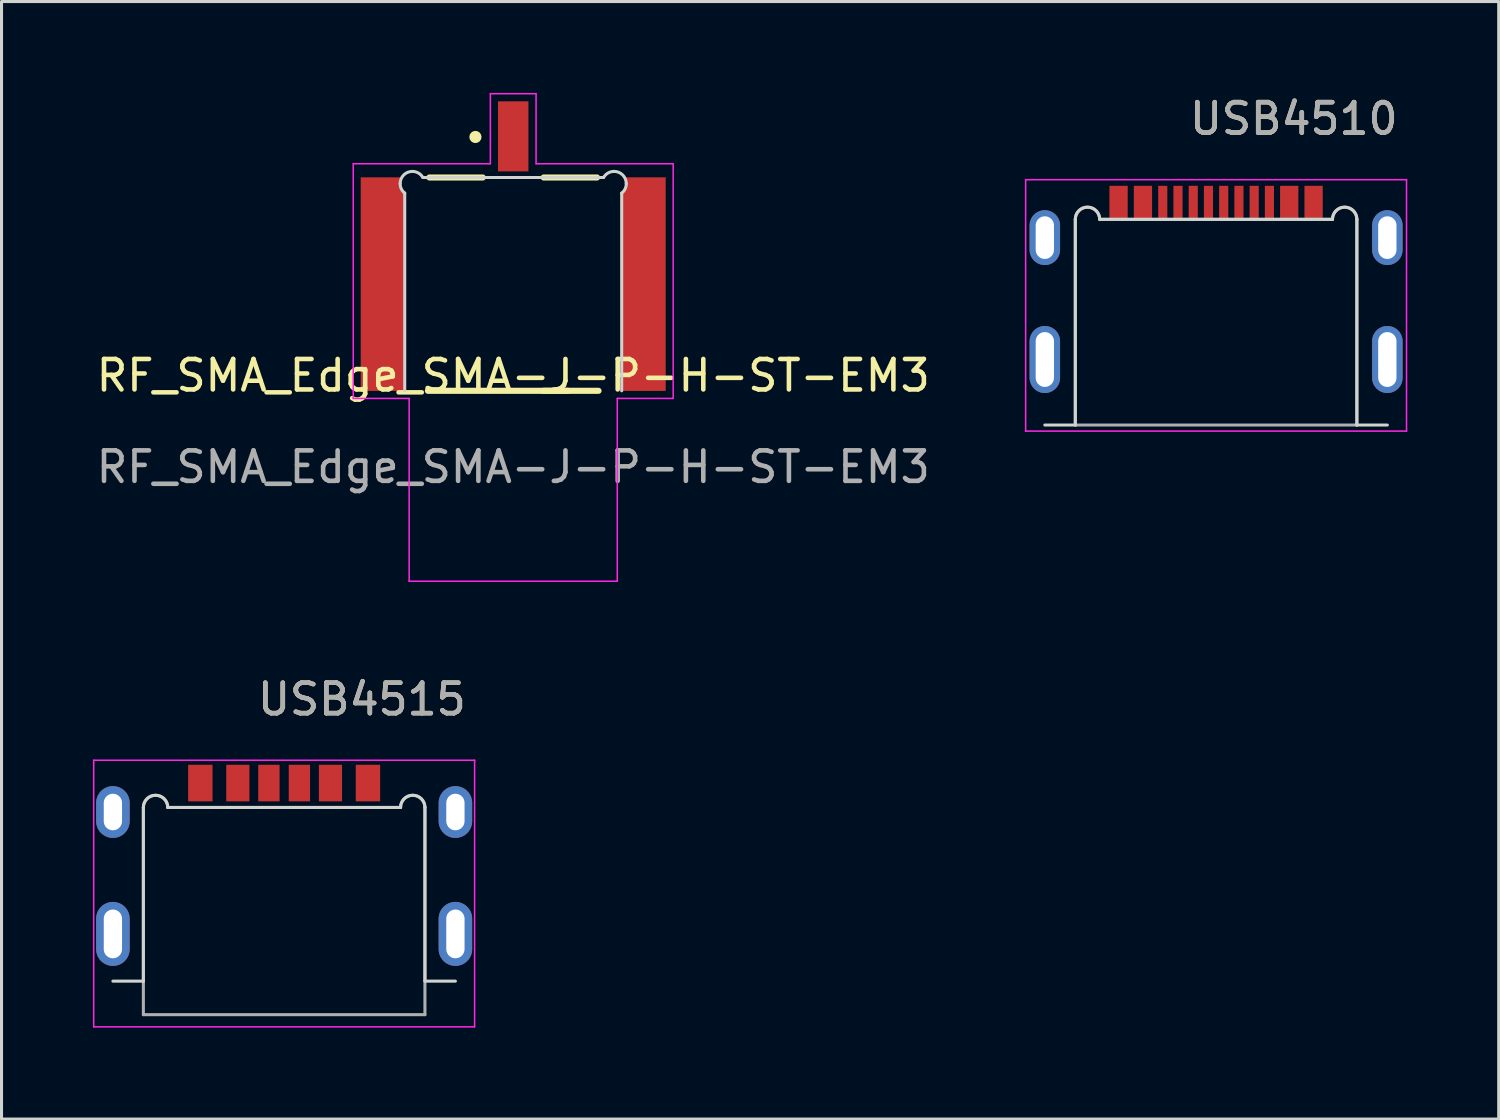
<source format=kicad_pcb>
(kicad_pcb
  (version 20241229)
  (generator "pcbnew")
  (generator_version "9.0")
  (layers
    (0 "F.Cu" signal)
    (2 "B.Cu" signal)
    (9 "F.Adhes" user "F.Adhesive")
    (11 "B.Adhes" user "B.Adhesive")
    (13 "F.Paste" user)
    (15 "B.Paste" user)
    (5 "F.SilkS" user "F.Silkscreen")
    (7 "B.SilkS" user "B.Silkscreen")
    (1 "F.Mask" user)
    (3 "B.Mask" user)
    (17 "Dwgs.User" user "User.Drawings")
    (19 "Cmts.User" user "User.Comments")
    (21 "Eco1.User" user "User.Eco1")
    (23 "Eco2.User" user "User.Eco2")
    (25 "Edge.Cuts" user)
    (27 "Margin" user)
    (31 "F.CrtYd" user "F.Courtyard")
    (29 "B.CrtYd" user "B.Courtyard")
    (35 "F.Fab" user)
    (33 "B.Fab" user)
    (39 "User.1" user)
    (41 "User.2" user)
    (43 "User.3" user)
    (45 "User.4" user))
  (footprint "USB4515"
    (layer "F.Cu")
    (at 6.275 22.648)
    (property "Reference" "USB4515" (at 2.55 -2.75 0) (unlocked yes) (layer "F.SilkS") (effects (font (size 1 1) (thickness 0.15))))
    (attr smd)
    (fp_line (start -5.62 6.5) (end -4.62 6.5) (stroke (width 0.1) (type solid)) (layer "Edge.Cuts"))
    (fp_line (start -4.62 0.8) (end -4.62 6.5) (stroke (width 0.1) (type solid)) (layer "Edge.Cuts"))
    (fp_line (start -3.82 0.8) (end 3.82 0.8) (stroke (width 0.1) (type solid)) (layer "Edge.Cuts"))
    (fp_line (start 4.62 0.8) (end 4.62 6.5) (stroke (width 0.1) (type solid)) (layer "Edge.Cuts"))
    (fp_line (start 4.62 6.5) (end 5.62 6.5) (stroke (width 0.1) (type solid)) (layer "Edge.Cuts"))
    (fp_arc (start -4.62 0.8) (mid -4.22 0.4) (end -3.82 0.8) (stroke (width 0.1) (type solid)) (layer "Edge.Cuts"))
    (fp_arc (start 3.82 0.8) (mid 4.22 0.4) (end 4.62 0.8) (stroke (width 0.1) (type solid)) (layer "Edge.Cuts"))
    (fp_line (start -6.25 -0.75) (end -6.25 8) (stroke (width 0.05) (type solid)) (layer "F.CrtYd"))
    (fp_line (start -6.25 -0.75) (end 6.25 -0.75) (stroke (width 0.05) (type solid)) (layer "F.CrtYd"))
    (fp_line (start 6.25 -0.75) (end 6.25 8) (stroke (width 0.05) (type solid)) (layer "F.CrtYd"))
    (fp_line (start 6.25 8) (end -6.25 8) (stroke (width 0.05) (type solid)) (layer "F.CrtYd"))
    (fp_line (start -4.62 0.8) (end -4.62 7.6) (stroke (width 0.1) (type solid)) (layer "F.Fab"))
    (fp_line (start -3.82 0.8) (end 3.82 0.8) (stroke (width 0.1) (type solid)) (layer "F.Fab"))
    (fp_line (start 4.62 0.8) (end 4.62 7.6) (stroke (width 0.1) (type solid)) (layer "F.Fab"))
    (fp_line (start 4.62 7.6) (end -4.62 7.6) (stroke (width 0.1) (type solid)) (layer "F.Fab"))
    (fp_arc (start -4.62 0.8) (mid -4.22 0.4) (end -3.82 0.8) (stroke (width 0.1) (type solid)) (layer "F.Fab"))
    (fp_arc (start 3.82 0.8) (mid 4.22 0.4) (end 4.62 0.8) (stroke (width 0.1) (type solid)) (layer "F.Fab"))
    (fp_text user "${REFERENCE}" (at 2.55 -2.75 0) (unlocked yes) (layer "F.Fab") (effects (font (size 1 1) (thickness 0.15))))
    (pad "0" thru_hole oval (at -5.62 0.95) (size 1.1 1.7) (drill oval 0.6 1.2) (layers "*.Cu" "*.Mask"))
    (pad "0" thru_hole oval (at -5.62 4.95) (size 1.1 2.1) (drill oval 0.6 1.6) (layers "*.Cu" "*.Mask"))
    (pad "0" thru_hole oval (at 5.62 0.95) (size 1.1 1.7) (drill oval 0.6 1.2) (layers "*.Cu" "*.Mask"))
    (pad "0" thru_hole oval (at 5.62 4.95) (size 1.1 2.1) (drill oval 0.6 1.6) (layers "*.Cu" "*.Mask"))
    (pad "A5" smd rect (at -0.5 0) (size 0.7 1.2) (layers "F.Cu" "F.Mask" "F.Paste"))
    (pad "A9" smd rect (at 1.52 0) (size 0.76 1.2) (layers "F.Cu" "F.Mask" "F.Paste"))
    (pad "A12" smd rect (at 2.75 0) (size 0.8 1.2) (layers "F.Cu" "F.Mask" "F.Paste"))
    (pad "B5" smd rect (at 0.5 0) (size 0.7 1.2) (layers "F.Cu" "F.Mask" "F.Paste"))
    (pad "B9" smd rect (at -1.52 0) (size 0.76 1.2) (layers "F.Cu" "F.Mask" "F.Paste"))
    (pad "B12" smd rect (at -2.75 0) (size 0.8 1.2) (layers "F.Cu" "F.Mask" "F.Paste")))
  (footprint "RF_SMA_Edge_SMA-J-P-H-ST-EM3"
    (layer "F.Cu")
    (at 13.792 9.775)
    (property "Reference" "RF_SMA_Edge_SMA-J-P-H-ST-EM3" (at 0 -0.5 0) (unlocked yes) (layer "F.SilkS") (effects (font (size 1 1) (thickness 0.15))))
    (attr smd)
    (fp_poly (pts (xy -5.1 0) (xy -5.1 -7.1) (xy -3.555 -7.1) (xy -3.563 -7.091) (xy -3.572 -7.082) (xy -3.58 -7.072) (xy -3.589 -7.062) (xy -3.597 -7.051) (xy -3.604 -7.041) (xy -3.612 -7.03) (xy -3.619 -7.02) (xy -3.626 -7.009) (xy -3.633 -6.997) (xy -3.64 -6.986) (xy -3.646 -6.975) (xy -3.652 -6.963) (xy -3.657 -6.952) (xy -3.663 -6.94) (xy -3.668 -6.928) (xy -3.673 -6.916) (xy -3.678 -6.903) (xy -3.682 -6.891) (xy -3.686 -6.879) (xy -3.69 -6.866) (xy -3.693 -6.854) (xy -3.696 -6.841) (xy -3.699 -6.828) (xy -3.702 -6.816) (xy -3.704 -6.803) (xy -3.706 -6.79) (xy -3.708 -6.777) (xy -3.709 -6.764) (xy -3.71 -6.75) (xy -3.708 -6.737) (xy -3.706 -6.727) (xy -3.704 -6.717) (xy -3.701 -6.707) (xy -3.699 -6.697) (xy -3.696 -6.688) (xy -3.693 -6.678) (xy -3.689 -6.668) (xy -3.686 -6.658) (xy -3.682 -6.649) (xy -3.678 -6.639) (xy -3.674 -6.63) (xy -3.669 -6.621) (xy -3.665 -6.612) (xy -3.66 -6.603) (xy -3.655 -6.594) (xy -3.649 -6.585) (xy -3.644 -6.576) (xy -3.638 -6.568) (xy -3.632 -6.559) (xy -3.626 -6.551) (xy -3.62 -6.543) (xy -3.613 -6.535) (xy -3.607 -6.527) (xy -3.6 -6.519) (xy -3.593 -6.512) (xy -3.586 -6.504) (xy -3.578 -6.497) (xy -3.571 -6.49) (xy -3.565 -6.485) (xy -3.56 -6.485) (xy -3.56 0) (xy -5.1 0)) (stroke (width 0.01) (type solid)) (fill yes) (layer "F.Mask"))
    (fp_poly (pts (xy 5.1 0) (xy 5.1 -7.1) (xy 3.555 -7.1) (xy 3.563 -7.091) (xy 3.572 -7.082) (xy 3.58 -7.072) (xy 3.589 -7.062) (xy 3.597 -7.051) (xy 3.604 -7.041) (xy 3.612 -7.03) (xy 3.619 -7.02) (xy 3.626 -7.009) (xy 3.633 -6.997) (xy 3.64 -6.986) (xy 3.646 -6.975) (xy 3.652 -6.963) (xy 3.657 -6.952) (xy 3.663 -6.94) (xy 3.668 -6.928) (xy 3.673 -6.916) (xy 3.678 -6.903) (xy 3.682 -6.891) (xy 3.686 -6.879) (xy 3.69 -6.866) (xy 3.693 -6.854) (xy 3.696 -6.841) (xy 3.699 -6.828) (xy 3.702 -6.816) (xy 3.704 -6.803) (xy 3.706 -6.79) (xy 3.708 -6.777) (xy 3.709 -6.764) (xy 3.71 -6.75) (xy 3.708 -6.737) (xy 3.706 -6.727) (xy 3.704 -6.717) (xy 3.701 -6.707) (xy 3.699 -6.697) (xy 3.696 -6.688) (xy 3.693 -6.678) (xy 3.689 -6.668) (xy 3.686 -6.658) (xy 3.682 -6.649) (xy 3.678 -6.639) (xy 3.674 -6.63) (xy 3.669 -6.621) (xy 3.665 -6.612) (xy 3.66 -6.603) (xy 3.655 -6.594) (xy 3.649 -6.585) (xy 3.644 -6.576) (xy 3.638 -6.568) (xy 3.632 -6.559) (xy 3.626 -6.551) (xy 3.62 -6.543) (xy 3.613 -6.535) (xy 3.607 -6.527) (xy 3.6 -6.519) (xy 3.593 -6.512) (xy 3.586 -6.504) (xy 3.578 -6.497) (xy 3.571 -6.49) (xy 3.565 -6.485) (xy 3.56 -6.485) (xy 3.56 0) (xy 5.1 0)) (stroke (width 0.01) (type solid)) (fill yes) (layer "F.Mask"))
    (fp_line (start -2.8 0) (end 2.8 0) (stroke (width 0.2) (type solid)) (layer "F.SilkS"))
    (fp_line (start -2.75 -7) (end -1 -7) (stroke (width 0.2) (type solid)) (layer "F.SilkS"))
    (fp_line (start 1 -7) (end 2.75 -7) (stroke (width 0.2) (type solid)) (layer "F.SilkS"))
    (fp_line (start 1 0) (end 1.8 0) (stroke (width 0.2) (type solid)) (layer "F.SilkS"))
    (fp_circle (center -1.24 -8.33) (end -1.14 -8.33) (stroke (width 0.2) (type solid)) (fill no) (layer "F.SilkS"))
    (fp_poly (pts (xy -5 0) (xy -5 -7) (xy -3.655 -7) (xy -3.661 -6.99) (xy -3.665 -6.983) (xy -3.669 -6.975) (xy -3.673 -6.967) (xy -3.677 -6.96) (xy -3.681 -6.952) (xy -3.684 -6.944) (xy -3.688 -6.936) (xy -3.691 -6.927) (xy -3.694 -6.919) (xy -3.696 -6.911) (xy -3.699 -6.903) (xy -3.701 -6.894) (xy -3.703 -6.886) (xy -3.705 -6.877) (xy -3.707 -6.869) (xy -3.708 -6.86) (xy -3.71 -6.852) (xy -3.711 -6.843) (xy -3.712 -6.834) (xy -3.712 -6.826) (xy -3.713 -6.817) (xy -3.713 -6.808) (xy -3.713 -6.799) (xy -3.713 -6.791) (xy -3.713 -6.782) (xy -3.712 -6.773) (xy -3.712 -6.765) (xy -3.711 -6.756) (xy -3.71 -6.75) (xy -3.708 -6.737) (xy -3.706 -6.727) (xy -3.704 -6.717) (xy -3.701 -6.707) (xy -3.699 -6.697) (xy -3.696 -6.688) (xy -3.693 -6.678) (xy -3.689 -6.668) (xy -3.686 -6.658) (xy -3.682 -6.649) (xy -3.678 -6.639) (xy -3.674 -6.63) (xy -3.669 -6.621) (xy -3.665 -6.612) (xy -3.66 -6.603) (xy -3.655 -6.594) (xy -3.649 -6.585) (xy -3.644 -6.576) (xy -3.638 -6.568) (xy -3.632 -6.559) (xy -3.626 -6.551) (xy -3.62 -6.543) (xy -3.613 -6.535) (xy -3.607 -6.527) (xy -3.6 -6.519) (xy -3.593 -6.512) (xy -3.586 -6.504) (xy -3.578 -6.497) (xy -3.571 -6.49) (xy -3.565 -6.485) (xy -3.56 -6.485) (xy -3.56 0) (xy -5 0)) (stroke (width 0.01) (type solid)) (fill yes) (layer "F.Paste"))
    (fp_poly (pts (xy 5 0) (xy 5 -7) (xy 3.655 -7) (xy 3.661 -6.99) (xy 3.665 -6.983) (xy 3.669 -6.975) (xy 3.673 -6.967) (xy 3.677 -6.96) (xy 3.681 -6.952) (xy 3.684 -6.944) (xy 3.688 -6.936) (xy 3.691 -6.927) (xy 3.694 -6.919) (xy 3.696 -6.911) (xy 3.699 -6.903) (xy 3.701 -6.894) (xy 3.703 -6.886) (xy 3.705 -6.877) (xy 3.707 -6.869) (xy 3.708 -6.86) (xy 3.71 -6.852) (xy 3.711 -6.843) (xy 3.712 -6.834) (xy 3.712 -6.826) (xy 3.713 -6.817) (xy 3.713 -6.808) (xy 3.713 -6.799) (xy 3.713 -6.791) (xy 3.713 -6.782) (xy 3.712 -6.773) (xy 3.712 -6.765) (xy 3.711 -6.756) (xy 3.71 -6.75) (xy 3.708 -6.737) (xy 3.706 -6.727) (xy 3.704 -6.717) (xy 3.701 -6.707) (xy 3.699 -6.697) (xy 3.696 -6.688) (xy 3.693 -6.678) (xy 3.689 -6.668) (xy 3.686 -6.658) (xy 3.682 -6.649) (xy 3.678 -6.639) (xy 3.674 -6.63) (xy 3.669 -6.621) (xy 3.665 -6.612) (xy 3.66 -6.603) (xy 3.655 -6.594) (xy 3.649 -6.585) (xy 3.644 -6.576) (xy 3.638 -6.568) (xy 3.632 -6.559) (xy 3.626 -6.551) (xy 3.62 -6.543) (xy 3.613 -6.535) (xy 3.607 -6.527) (xy 3.6 -6.519) (xy 3.593 -6.512) (xy 3.586 -6.504) (xy 3.578 -6.497) (xy 3.571 -6.49) (xy 3.565 -6.485) (xy 3.56 -6.485) (xy 3.56 0) (xy 5 0)) (stroke (width 0.01) (type solid)) (fill yes) (layer "F.Paste"))
    (fp_line (start -3.56 0) (end -3.56 -6.488) (stroke (width 0.1) (type solid)) (layer "Edge.Cuts"))
    (fp_line (start -2.965 -7) (end 2.965 -7) (stroke (width 0.1) (type solid)) (layer "Edge.Cuts"))
    (fp_line (start 3.56 -6.488) (end 3.56 0) (stroke (width 0.1) (type solid)) (layer "Edge.Cuts"))
    (fp_arc (start -3.71 -6.8) (mid -3.592843 -7.082842) (end -3.31 -7.2) (stroke (width 0.1) (type solid)) (layer "Edge.Cuts"))
    (fp_arc (start -3.56 -6.488) (mid -3.671733 -6.62634) (end -3.71 -6.8) (stroke (width 0.1) (type solid)) (layer "Edge.Cuts"))
    (fp_arc (start -3.31 -7.2) (mid -3.110706 -7.146221) (end -2.965 -7) (stroke (width 0.1) (type solid)) (layer "Edge.Cuts"))
    (fp_arc (start 2.965 -7) (mid 3.110705 -7.146221) (end 3.31 -7.2) (stroke (width 0.1) (type solid)) (layer "Edge.Cuts"))
    (fp_arc (start 3.31 -7.2) (mid 3.592842 -7.082843) (end 3.71 -6.8) (stroke (width 0.1) (type solid)) (layer "Edge.Cuts"))
    (fp_arc (start 3.71 -6.8) (mid 3.671733 -6.62634) (end 3.56 -6.488) (stroke (width 0.1) (type solid)) (layer "Edge.Cuts"))
    (fp_line (start -5.25 -7.45) (end -0.75 -7.45) (stroke (width 0.05) (type solid)) (layer "F.CrtYd"))
    (fp_line (start -5.25 0.25) (end -5.25 -7.45) (stroke (width 0.05) (type solid)) (layer "F.CrtYd"))
    (fp_line (start -3.415 0.25) (end -5.25 0.25) (stroke (width 0.05) (type solid)) (layer "F.CrtYd"))
    (fp_line (start -3.415 6.25) (end -3.415 0.25) (stroke (width 0.05) (type solid)) (layer "F.CrtYd"))
    (fp_line (start -0.75 -9.75) (end 0.75 -9.75) (stroke (width 0.05) (type solid)) (layer "F.CrtYd"))
    (fp_line (start -0.75 -7.45) (end -0.75 -9.75) (stroke (width 0.05) (type solid)) (layer "F.CrtYd"))
    (fp_line (start 0.75 -9.75) (end 0.75 -7.45) (stroke (width 0.05) (type solid)) (layer "F.CrtYd"))
    (fp_line (start 0.75 -7.45) (end 5.25 -7.45) (stroke (width 0.05) (type solid)) (layer "F.CrtYd"))
    (fp_line (start 3.415 0.25) (end 3.415 6.25) (stroke (width 0.05) (type solid)) (layer "F.CrtYd"))
    (fp_line (start 3.415 6.25) (end -3.415 6.25) (stroke (width 0.05) (type solid)) (layer "F.CrtYd"))
    (fp_line (start 5.25 -7.45) (end 5.25 0.25) (stroke (width 0.05) (type solid)) (layer "F.CrtYd"))
    (fp_line (start 5.25 0.25) (end 3.415 0.25) (stroke (width 0.05) (type solid)) (layer "F.CrtYd"))
    (fp_text user "${REFERENCE}" (at 0 2.5 0) (unlocked yes) (layer "F.Fab") (effects (font (size 1 1) (thickness 0.15))))
    (pad "1" smd rect (at 0 -8.35) (size 1 2.3) (layers "F.Cu" "F.Mask" "F.Paste"))
    (pad "2" smd custom (at -4.34 -3.15) (size 1 1) (layers "F.Cu" "F.Mask" "F.Paste") (options (anchor rect)) (primitives (gr_poly (pts (xy -0.66 3.15) (xy -0.66 -3.85) (xy 0.685 -3.85) (xy 0.679 -3.84) (xy 0.675 -3.833) (xy 0.671 -3.825) (xy 0.667 -3.817) (xy 0.663 -3.81) (xy 0.659 -3.802) (xy 0.656 -3.794) (xy 0.652 -3.786) (xy 0.649 -3.777) (xy 0.646 -3.769) (xy 0.644 -3.761) (xy 0.641 -3.753) (xy 0.639 -3.744) (xy 0.637 -3.736) (xy 0.635 -3.727) (xy 0.633 -3.719) (xy 0.632 -3.71) (xy 0.63 -3.702) (xy 0.629 -3.693) (xy 0.628 -3.684) (xy 0.628 -3.676) (xy 0.627 -3.667) (xy 0.627 -3.658) (xy 0.627 -3.649) (xy 0.627 -3.641) (xy 0.627 -3.632) (xy 0.628 -3.623) (xy 0.628 -3.615) (xy 0.629 -3.606) (xy 0.63 -3.6) (xy 0.632 -3.587) (xy 0.634 -3.577) (xy 0.636 -3.567) (xy 0.639 -3.557) (xy 0.641 -3.547) (xy 0.644 -3.538) (xy 0.647 -3.528) (xy 0.651 -3.518) (xy 0.654 -3.508) (xy 0.658 -3.499) (xy 0.662 -3.489) (xy 0.666 -3.48) (xy 0.671 -3.471) (xy 0.675 -3.462) (xy 0.68 -3.453) (xy 0.685 -3.444) (xy 0.691 -3.435) (xy 0.696 -3.426) (xy 0.702 -3.418) (xy 0.708 -3.409) (xy 0.714 -3.401) (xy 0.72 -3.393) (xy 0.727 -3.385) (xy 0.733 -3.377) (xy 0.74 -3.369) (xy 0.747 -3.362) (xy 0.754 -3.354) (xy 0.762 -3.347) (xy 0.769 -3.34) (xy 0.775 -3.335) (xy 0.78 -3.335) (xy 0.78 3.15) (xy -0.66 3.15)) (width 0.01) (fill yes))))
    (pad "3" smd custom (at 4.34 -3.15) (size 1 1) (layers "F.Cu" "F.Mask" "F.Paste") (options (anchor rect)) (primitives (gr_poly (pts (xy 0.66 3.15) (xy 0.66 -3.85) (xy -0.685 -3.85) (xy -0.679 -3.84) (xy -0.675 -3.833) (xy -0.671 -3.825) (xy -0.667 -3.817) (xy -0.663 -3.81) (xy -0.659 -3.802) (xy -0.656 -3.794) (xy -0.652 -3.786) (xy -0.649 -3.777) (xy -0.646 -3.769) (xy -0.644 -3.761) (xy -0.641 -3.753) (xy -0.639 -3.744) (xy -0.637 -3.736) (xy -0.635 -3.727) (xy -0.633 -3.719) (xy -0.632 -3.71) (xy -0.63 -3.702) (xy -0.629 -3.693) (xy -0.628 -3.684) (xy -0.628 -3.676) (xy -0.627 -3.667) (xy -0.627 -3.658) (xy -0.627 -3.649) (xy -0.627 -3.641) (xy -0.627 -3.632) (xy -0.628 -3.623) (xy -0.628 -3.615) (xy -0.629 -3.606) (xy -0.63 -3.6) (xy -0.632 -3.587) (xy -0.634 -3.577) (xy -0.636 -3.567) (xy -0.639 -3.557) (xy -0.641 -3.547) (xy -0.644 -3.538) (xy -0.647 -3.528) (xy -0.651 -3.518) (xy -0.654 -3.508) (xy -0.658 -3.499) (xy -0.662 -3.489) (xy -0.666 -3.48) (xy -0.671 -3.471) (xy -0.675 -3.462) (xy -0.68 -3.453) (xy -0.685 -3.444) (xy -0.691 -3.435) (xy -0.696 -3.426) (xy -0.702 -3.418) (xy -0.708 -3.409) (xy -0.714 -3.401) (xy -0.72 -3.393) (xy -0.727 -3.385) (xy -0.733 -3.377) (xy -0.74 -3.369) (xy -0.747 -3.362) (xy -0.754 -3.354) (xy -0.762 -3.347) (xy -0.769 -3.34) (xy -0.775 -3.335) (xy -0.78 -3.335) (xy -0.78 3.15) (xy 0.66 3.15)) (width 0.01) (fill yes)))))
  (footprint "USB4510"
    (layer "F.Cu")
    (at 36.858 3.598)
    (property "Reference" "USB4510" (at 2.55 -2.75 0) (unlocked yes) (layer "F.SilkS") (effects (font (size 1 1) (thickness 0.15))))
    (attr smd)
    (fp_line (start -5.62 7.3) (end -4.62 7.3) (stroke (width 0.1) (type solid)) (layer "Edge.Cuts"))
    (fp_line (start -4.62 0.55) (end -4.62 7.3) (stroke (width 0.1) (type solid)) (layer "Edge.Cuts"))
    (fp_line (start -3.82 0.55) (end 3.82 0.55) (stroke (width 0.1) (type solid)) (layer "Edge.Cuts"))
    (fp_line (start 4.62 0.55) (end 4.62 7.3) (stroke (width 0.1) (type solid)) (layer "Edge.Cuts"))
    (fp_line (start 4.62 7.3) (end 5.62 7.3) (stroke (width 0.1) (type solid)) (layer "Edge.Cuts"))
    (fp_arc (start -4.62 0.55) (mid -4.22 0.15) (end -3.82 0.55) (stroke (width 0.1) (type solid)) (layer "Edge.Cuts"))
    (fp_arc (start 3.82 0.55) (mid 4.22 0.15) (end 4.62 0.55) (stroke (width 0.1) (type solid)) (layer "Edge.Cuts"))
    (fp_line (start -6.25 -0.75) (end -6.25 7.5) (stroke (width 0.05) (type solid)) (layer "F.CrtYd"))
    (fp_line (start -6.25 -0.75) (end 6.25 -0.75) (stroke (width 0.05) (type solid)) (layer "F.CrtYd"))
    (fp_line (start 6.25 -0.75) (end 6.25 7.5) (stroke (width 0.05) (type solid)) (layer "F.CrtYd"))
    (fp_line (start 6.25 7.5) (end -6.25 7.5) (stroke (width 0.05) (type solid)) (layer "F.CrtYd"))
    (fp_line (start -4.62 0.55) (end -4.62 7.3) (stroke (width 0.1) (type solid)) (layer "F.Fab"))
    (fp_line (start -3.82 0.55) (end 3.82 0.55) (stroke (width 0.1) (type solid)) (layer "F.Fab"))
    (fp_line (start 4.62 0.55) (end 4.62 7.3) (stroke (width 0.1) (type solid)) (layer "F.Fab"))
    (fp_line (start 4.62 7.3) (end -4.6 7.3) (stroke (width 0.1) (type solid)) (layer "F.Fab"))
    (fp_arc (start -4.62 0.55) (mid -4.22 0.15) (end -3.82 0.55) (stroke (width 0.1) (type solid)) (layer "F.Fab"))
    (fp_arc (start 3.82 0.55) (mid 4.22 0.15) (end 4.62 0.55) (stroke (width 0.1) (type solid)) (layer "F.Fab"))
    (fp_text user "${REFERENCE}" (at 2.55 -2.75 0) (unlocked yes) (layer "F.Fab") (effects (font (size 1 1) (thickness 0.15))))
    (pad "0" thru_hole oval (at -5.62 1.15) (size 1 1.8) (drill oval 0.6 1.4) (layers "*.Cu" "*.Mask"))
    (pad "0" thru_hole oval (at -5.62 5.15) (size 1 2.2) (drill oval 0.6 1.8) (layers "*.Cu" "*.Mask"))
    (pad "0" thru_hole oval (at 5.62 1.15) (size 1 1.8) (drill oval 0.6 1.4) (layers "*.Cu" "*.Mask"))
    (pad "0" thru_hole oval (at 5.62 5.15) (size 1 2.2) (drill oval 0.6 1.8) (layers "*.Cu" "*.Mask"))
    (pad "A1/B12" smd rect (at -3.2 0) (size 0.6 1.1) (layers "F.Cu" "F.Mask" "F.Paste"))
    (pad "A4/B9" smd rect (at -2.4 0) (size 0.6 1.1) (layers "F.Cu" "F.Mask" "F.Paste"))
    (pad "A5" smd rect (at -1.25 0) (size 0.3 1.1) (layers "F.Cu" "F.Mask" "F.Paste"))
    (pad "A6" smd rect (at -0.25 0) (size 0.3 1.1) (layers "F.Cu" "F.Mask" "F.Paste"))
    (pad "A7" smd rect (at 0.25 0) (size 0.3 1.1) (layers "F.Cu" "F.Mask" "F.Paste"))
    (pad "A8" smd rect (at 1.75 0) (size 0.3 1.1) (layers "F.Cu" "F.Mask" "F.Paste"))
    (pad "A9/B4" smd rect (at 2.4 0) (size 0.6 1.1) (layers "F.Cu" "F.Mask" "F.Paste"))
    (pad "A12/B1" smd rect (at 3.2 0) (size 0.6 1.1) (layers "F.Cu" "F.Mask" "F.Paste"))
    (pad "B5" smd rect (at 1.25 0) (size 0.3 1.1) (layers "F.Cu" "F.Mask" "F.Paste"))
    (pad "B6" smd rect (at 0.75 0) (size 0.3 1.1) (layers "F.Cu" "F.Mask" "F.Paste"))
    (pad "B7" smd rect (at -0.75 0) (size 0.3 1.1) (layers "F.Cu" "F.Mask" "F.Paste"))
    (pad "B8" smd rect (at -1.75 0) (size 0.3 1.1) (layers "F.Cu" "F.Mask" "F.Paste")))
  (gr_rect
    (start -3 -3)
    (end 46.133 33.673)
    (stroke (width 0.1) (type default))
    (fill no)
    (layer "Edge.Cuts")))
</source>
